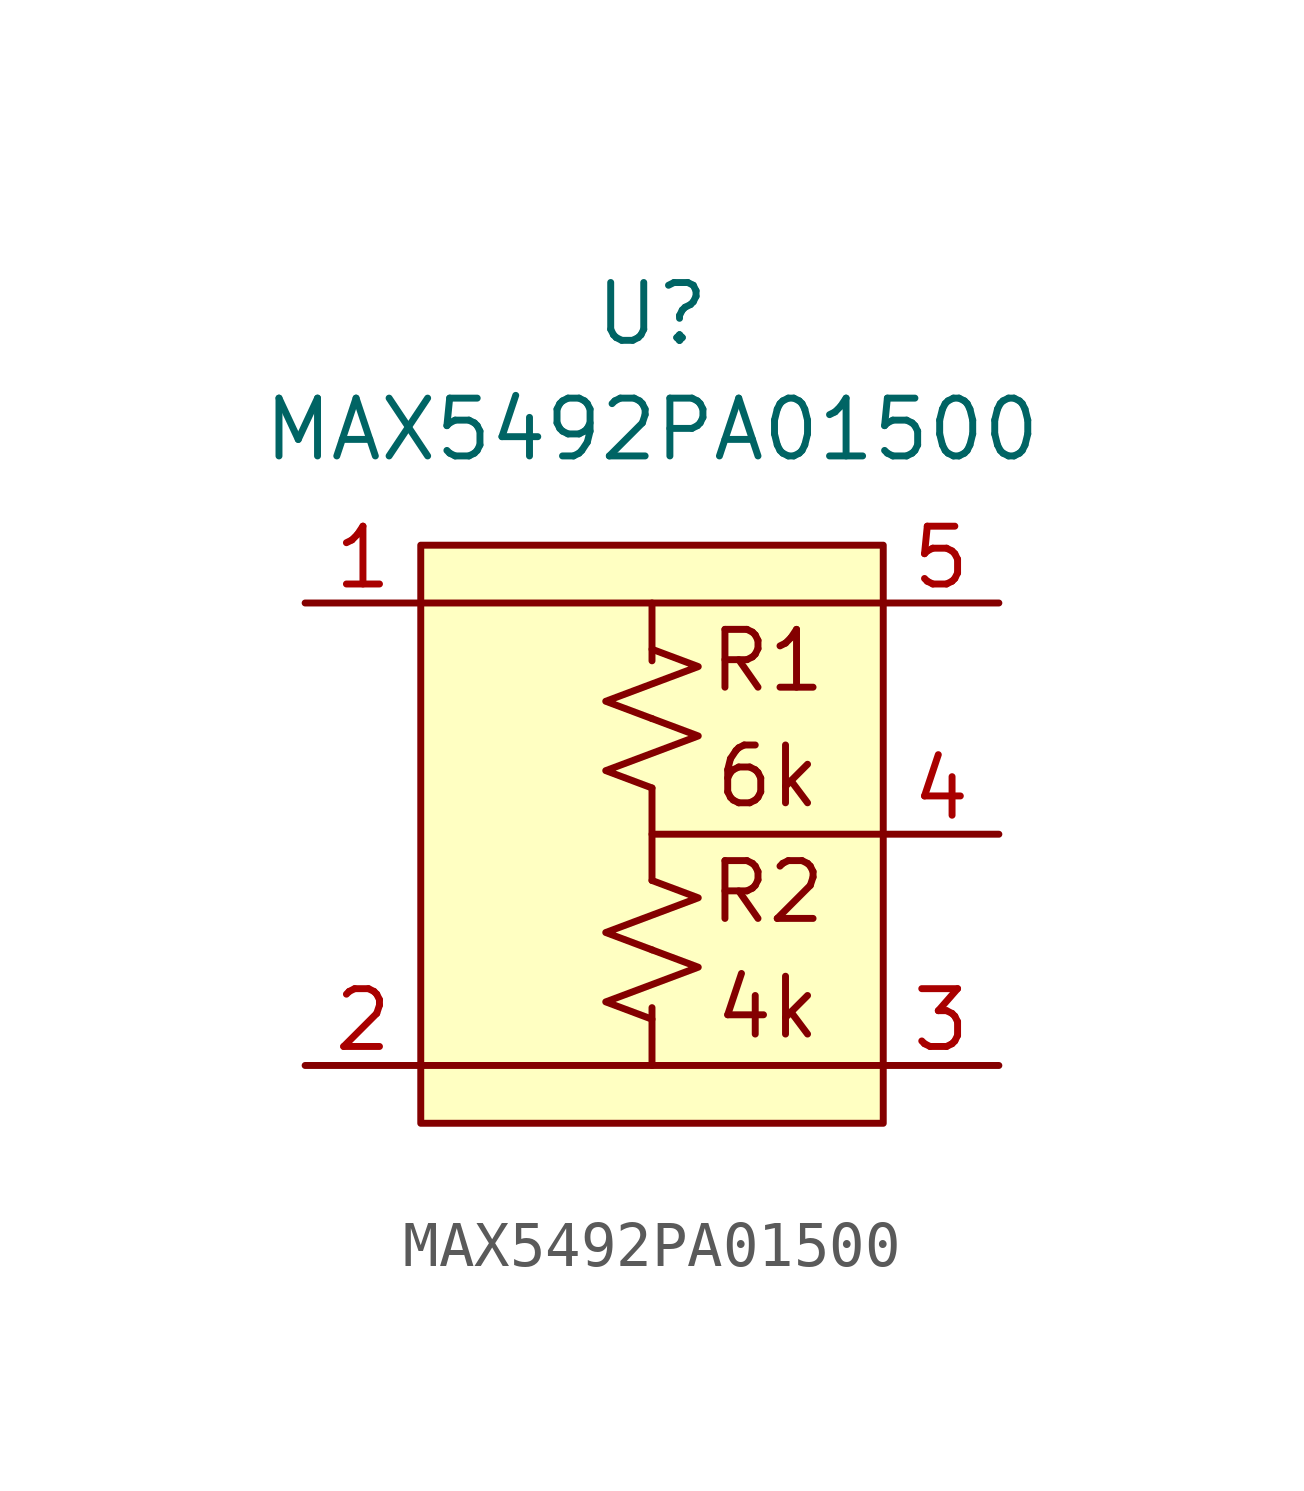
<source format=kicad_sym>
(kicad_symbol_lib
  (version 20211014)
  (generator kicad_symbol_editor)
  (symbol "MAX5492PA01500"
    (pin_names hide)
    (property "Reference" "U"
      (at 0 6.35 0)
      (effects (font (size 1.27 1.27))))
    (property "Value" "MAX5492PA01500"
      (at 0 3.81 0)
      (effects (font (size 1.27 1.27))))
    (symbol "MAX5492PA01500_0_0"
      (rectangle (start -5.08 1.27) (end 5.08 -11.43) (stroke (width 0) (type default) (color 0 0 0 0)) (fill (type background)))
      (polyline (pts (xy -5.08 0) (xy 5.08 0)) (stroke (width 0) (type default) (color 0 0 0 0)) (fill (type none)))
      (polyline (pts (xy 0 -4.064) (xy 0 -6.096)) (stroke (width 0) (type default) (color 0 0 0 0)) (fill (type none)))
      (polyline (pts (xy 0 -1.27) (xy 0 0)) (stroke (width 0) (type default) (color 0 0 0 0)) (fill (type none)))
      (polyline (pts (xy 5.08 -5.08) (xy 0 -5.08)) (stroke (width 0) (type default) (color 0 0 0 0)) (fill (type none)))
      (polyline (pts (xy -5.08 -10.16) (xy 0 -10.16) (xy 0 -8.89)) (stroke (width 0) (type default) (color 0 0 0 0)) (fill (type none)))
      (text "4k" (at 2.54 -8.89 0) (effects (font (size 1.27 1.27))))
      (text "6k" (at 2.54 -3.81 0) (effects (font (size 1.27 1.27))))
      (text "R1" (at 2.54 -1.27 0) (effects (font (size 1.27 1.27))))
      (text "R2" (at 2.54 -6.35 0) (effects (font (size 1.27 1.27)))))
    (symbol "MAX5492PA01500_0_1"
      (polyline (pts (xy 0 -10.16) (xy 5.08 -10.16)) (stroke (width 0) (type default) (color 0 0 0 0)) (fill (type none))))
    (symbol "MAX5492PA01500_1_1"
      (polyline (pts (xy 0 -7.62) (xy 1.016 -8.001) (xy 0 -8.382) (xy -1.016 -8.763) (xy 0 -9.144)) (stroke (width 0) (type default) (color 0 0 0 0)) (fill (type none)))
      (polyline (pts (xy 0 -6.096) (xy 1.016 -6.477) (xy 0 -6.858) (xy -1.016 -7.239) (xy 0 -7.62)) (stroke (width 0) (type default) (color 0 0 0 0)) (fill (type none)))
      (polyline (pts (xy 0 -2.54) (xy 1.016 -2.921) (xy 0 -3.302) (xy -1.016 -3.683) (xy 0 -4.064)) (stroke (width 0) (type default) (color 0 0 0 0)) (fill (type none)))
      (polyline (pts (xy 0 -1.016) (xy 1.016 -1.397) (xy 0 -1.778) (xy -1.016 -2.159) (xy 0 -2.54)) (stroke (width 0) (type default) (color 0 0 0 0)) (fill (type none)))
      (pin passive line (at -7.62 0 0) (length 2.54) (name "P1" (effects (font (size 1.27 1.27)))) (number "1" (effects (font (size 1.27 1.27)))))
      (pin passive line (at -7.62 -10.16 0) (length 2.54) (name "SL" (effects (font (size 1.27 1.27)))) (number "2" (effects (font (size 1.27 1.27)))))
      (pin passive line (at 7.62 -10.16 180) (length 2.54) (name "P2" (effects (font (size 1.27 1.27)))) (number "3" (effects (font (size 1.27 1.27)))))
      (pin passive line (at 7.62 -5.08 180) (length 2.54) (name "P3" (effects (font (size 1.27 1.27)))) (number "4" (effects (font (size 1.27 1.27)))))
      (pin passive line (at 7.62 0 180) (length 2.54) (name "SH" (effects (font (size 1.27 1.27)))) (number "5" (effects (font (size 1.27 1.27))))))))
</source>
